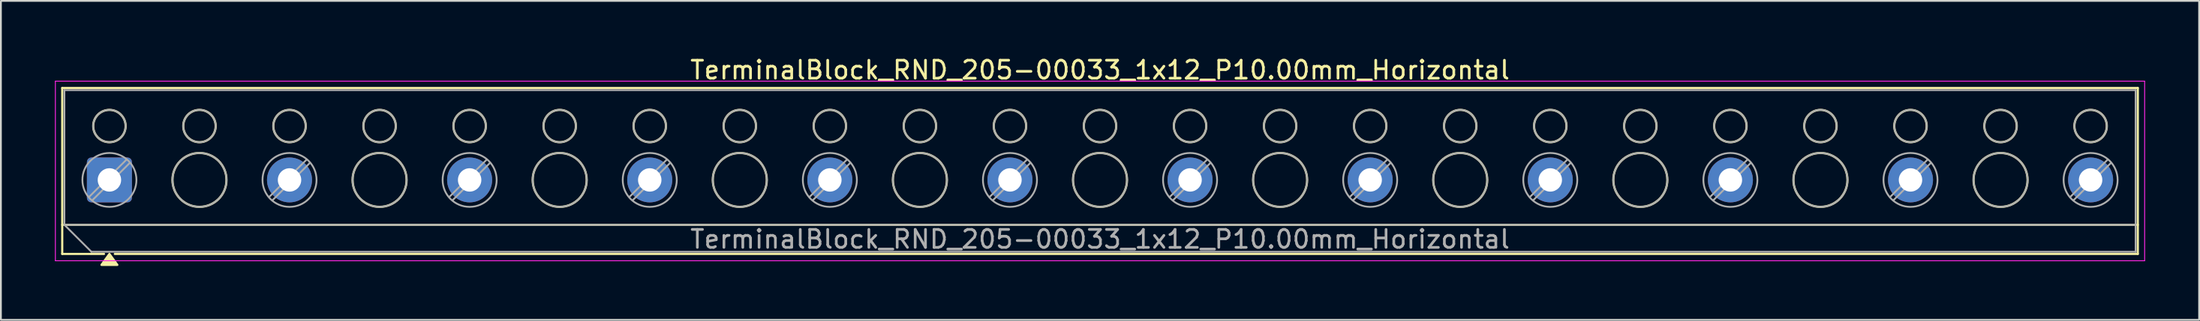
<source format=kicad_pcb>
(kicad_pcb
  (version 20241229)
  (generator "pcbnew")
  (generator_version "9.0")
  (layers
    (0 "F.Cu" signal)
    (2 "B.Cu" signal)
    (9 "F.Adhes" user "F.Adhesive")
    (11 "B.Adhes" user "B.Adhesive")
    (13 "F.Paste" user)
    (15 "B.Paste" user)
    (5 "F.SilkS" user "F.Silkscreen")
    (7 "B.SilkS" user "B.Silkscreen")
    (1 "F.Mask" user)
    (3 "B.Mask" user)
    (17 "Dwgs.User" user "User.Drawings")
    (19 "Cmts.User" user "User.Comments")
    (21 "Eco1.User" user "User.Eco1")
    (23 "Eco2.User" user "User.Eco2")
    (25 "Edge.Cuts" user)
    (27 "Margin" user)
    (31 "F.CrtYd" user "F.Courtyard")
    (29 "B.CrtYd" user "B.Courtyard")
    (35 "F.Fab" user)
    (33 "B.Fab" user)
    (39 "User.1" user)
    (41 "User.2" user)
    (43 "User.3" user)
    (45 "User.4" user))
  (footprint "TerminalBlock_RND_205-00033_1x12_P10.00mm_Horizontal"
    (layer "F.Cu")
    (at 3.025 6.968)
    (property "Reference" "TerminalBlock_RND_205-00033_1x12_P10.00mm_Horizontal" (at 55 -6.12 0) (layer "F.SilkS") (effects (font (size 1 1) (thickness 0.15))))
    (attr through_hole)
    (fp_line (start -2.62 -5.12) (end 112.62 -5.12) (stroke (width 0.12) (type solid)) (layer "F.SilkS"))
    (fp_line (start -2.62 2.5) (end 112.62 2.5) (stroke (width 0.12) (type solid)) (layer "F.SilkS"))
    (fp_line (start -2.62 4.12) (end -2.62 -5.12) (stroke (width 0.12) (type solid)) (layer "F.SilkS"))
    (fp_line (start -0.3 4.12) (end -2.62 4.12) (stroke (width 0.12) (type solid)) (layer "F.SilkS"))
    (fp_line (start 112.62 -5.12) (end 112.62 4.12) (stroke (width 0.12) (type solid)) (layer "F.SilkS"))
    (fp_line (start 112.62 4.12) (end 0.3 4.12) (stroke (width 0.12) (type solid)) (layer "F.SilkS"))
    (fp_circle (center 0 -3) (end 0.9 -3) (stroke (width 0.12) (type solid)) (fill no) (layer "F.SilkS"))
    (fp_circle (center 5 -3) (end 5.9 -3) (stroke (width 0.12) (type solid)) (fill no) (layer "F.SilkS"))
    (fp_circle (center 5 0) (end 6.5 0) (stroke (width 0.12) (type solid)) (fill no) (layer "F.SilkS"))
    (fp_circle (center 10 -3) (end 10.9 -3) (stroke (width 0.12) (type solid)) (fill no) (layer "F.SilkS"))
    (fp_circle (center 15 -3) (end 15.9 -3) (stroke (width 0.12) (type solid)) (fill no) (layer "F.SilkS"))
    (fp_circle (center 15 0) (end 16.5 0) (stroke (width 0.12) (type solid)) (fill no) (layer "F.SilkS"))
    (fp_circle (center 20 -3) (end 20.9 -3) (stroke (width 0.12) (type solid)) (fill no) (layer "F.SilkS"))
    (fp_circle (center 25 -3) (end 25.9 -3) (stroke (width 0.12) (type solid)) (fill no) (layer "F.SilkS"))
    (fp_circle (center 25 0) (end 26.5 0) (stroke (width 0.12) (type solid)) (fill no) (layer "F.SilkS"))
    (fp_circle (center 30 -3) (end 30.9 -3) (stroke (width 0.12) (type solid)) (fill no) (layer "F.SilkS"))
    (fp_circle (center 35 -3) (end 35.9 -3) (stroke (width 0.12) (type solid)) (fill no) (layer "F.SilkS"))
    (fp_circle (center 35 0) (end 36.5 0) (stroke (width 0.12) (type solid)) (fill no) (layer "F.SilkS"))
    (fp_circle (center 40 -3) (end 40.9 -3) (stroke (width 0.12) (type solid)) (fill no) (layer "F.SilkS"))
    (fp_circle (center 45 -3) (end 45.9 -3) (stroke (width 0.12) (type solid)) (fill no) (layer "F.SilkS"))
    (fp_circle (center 45 0) (end 46.5 0) (stroke (width 0.12) (type solid)) (fill no) (layer "F.SilkS"))
    (fp_circle (center 50 -3) (end 50.9 -3) (stroke (width 0.12) (type solid)) (fill no) (layer "F.SilkS"))
    (fp_circle (center 55 -3) (end 55.9 -3) (stroke (width 0.12) (type solid)) (fill no) (layer "F.SilkS"))
    (fp_circle (center 55 0) (end 56.5 0) (stroke (width 0.12) (type solid)) (fill no) (layer "F.SilkS"))
    (fp_circle (center 60 -3) (end 60.9 -3) (stroke (width 0.12) (type solid)) (fill no) (layer "F.SilkS"))
    (fp_circle (center 65 -3) (end 65.9 -3) (stroke (width 0.12) (type solid)) (fill no) (layer "F.SilkS"))
    (fp_circle (center 65 0) (end 66.5 0) (stroke (width 0.12) (type solid)) (fill no) (layer "F.SilkS"))
    (fp_circle (center 70 -3) (end 70.9 -3) (stroke (width 0.12) (type solid)) (fill no) (layer "F.SilkS"))
    (fp_circle (center 75 -3) (end 75.9 -3) (stroke (width 0.12) (type solid)) (fill no) (layer "F.SilkS"))
    (fp_circle (center 75 0) (end 76.5 0) (stroke (width 0.12) (type solid)) (fill no) (layer "F.SilkS"))
    (fp_circle (center 80 -3) (end 80.9 -3) (stroke (width 0.12) (type solid)) (fill no) (layer "F.SilkS"))
    (fp_circle (center 85 -3) (end 85.9 -3) (stroke (width 0.12) (type solid)) (fill no) (layer "F.SilkS"))
    (fp_circle (center 85 0) (end 86.5 0) (stroke (width 0.12) (type solid)) (fill no) (layer "F.SilkS"))
    (fp_circle (center 90 -3) (end 90.9 -3) (stroke (width 0.12) (type solid)) (fill no) (layer "F.SilkS"))
    (fp_circle (center 95 -3) (end 95.9 -3) (stroke (width 0.12) (type solid)) (fill no) (layer "F.SilkS"))
    (fp_circle (center 95 0) (end 96.5 0) (stroke (width 0.12) (type solid)) (fill no) (layer "F.SilkS"))
    (fp_circle (center 100 -3) (end 100.9 -3) (stroke (width 0.12) (type solid)) (fill no) (layer "F.SilkS"))
    (fp_circle (center 105 -3) (end 105.9 -3) (stroke (width 0.12) (type solid)) (fill no) (layer "F.SilkS"))
    (fp_circle (center 105 0) (end 106.5 0) (stroke (width 0.12) (type solid)) (fill no) (layer "F.SilkS"))
    (fp_circle (center 110 -3) (end 110.9 -3) (stroke (width 0.12) (type solid)) (fill no) (layer "F.SilkS"))
    (fp_poly (pts (xy 0 4.12) (xy 0.44 4.73) (xy -0.44 4.73)) (stroke (width 0.12) (type solid)) (fill yes) (layer "F.SilkS"))
    (fp_line (start -3 -5.5) (end -3 4.5) (stroke (width 0.05) (type solid)) (layer "F.CrtYd"))
    (fp_line (start -3 4.5) (end 113 4.5) (stroke (width 0.05) (type solid)) (layer "F.CrtYd"))
    (fp_line (start 113 -5.5) (end -3 -5.5) (stroke (width 0.05) (type solid)) (layer "F.CrtYd"))
    (fp_line (start 113 4.5) (end 113 -5.5) (stroke (width 0.05) (type solid)) (layer "F.CrtYd"))
    (fp_line (start -2.5 -5) (end 112.5 -5) (stroke (width 0.1) (type solid)) (layer "F.Fab"))
    (fp_line (start -2.5 2.5) (end -2.5 -5) (stroke (width 0.1) (type solid)) (layer "F.Fab"))
    (fp_line (start -2.5 2.5) (end 112.5 2.5) (stroke (width 0.1) (type solid)) (layer "F.Fab"))
    (fp_line (start -1 4) (end -2.5 2.5) (stroke (width 0.1) (type solid)) (layer "F.Fab"))
    (fp_line (start 0.955 -1.138) (end -1.138 0.955) (stroke (width 0.1) (type solid)) (layer "F.Fab"))
    (fp_line (start 1.138 -0.955) (end -0.955 1.138) (stroke (width 0.1) (type solid)) (layer "F.Fab"))
    (fp_line (start 10.955 -1.138) (end 8.862 0.955) (stroke (width 0.1) (type solid)) (layer "F.Fab"))
    (fp_line (start 11.138 -0.955) (end 9.045 1.138) (stroke (width 0.1) (type solid)) (layer "F.Fab"))
    (fp_line (start 20.955 -1.138) (end 18.862 0.955) (stroke (width 0.1) (type solid)) (layer "F.Fab"))
    (fp_line (start 21.138 -0.955) (end 19.045 1.138) (stroke (width 0.1) (type solid)) (layer "F.Fab"))
    (fp_line (start 30.955 -1.138) (end 28.862 0.955) (stroke (width 0.1) (type solid)) (layer "F.Fab"))
    (fp_line (start 31.138 -0.955) (end 29.045 1.138) (stroke (width 0.1) (type solid)) (layer "F.Fab"))
    (fp_line (start 40.955 -1.138) (end 38.862 0.955) (stroke (width 0.1) (type solid)) (layer "F.Fab"))
    (fp_line (start 41.138 -0.955) (end 39.045 1.138) (stroke (width 0.1) (type solid)) (layer "F.Fab"))
    (fp_line (start 50.955 -1.138) (end 48.862 0.955) (stroke (width 0.1) (type solid)) (layer "F.Fab"))
    (fp_line (start 51.138 -0.955) (end 49.045 1.138) (stroke (width 0.1) (type solid)) (layer "F.Fab"))
    (fp_line (start 60.955 -1.138) (end 58.862 0.955) (stroke (width 0.1) (type solid)) (layer "F.Fab"))
    (fp_line (start 61.138 -0.955) (end 59.045 1.138) (stroke (width 0.1) (type solid)) (layer "F.Fab"))
    (fp_line (start 70.955 -1.138) (end 68.862 0.955) (stroke (width 0.1) (type solid)) (layer "F.Fab"))
    (fp_line (start 71.138 -0.955) (end 69.045 1.138) (stroke (width 0.1) (type solid)) (layer "F.Fab"))
    (fp_line (start 80.955 -1.138) (end 78.862 0.955) (stroke (width 0.1) (type solid)) (layer "F.Fab"))
    (fp_line (start 81.138 -0.955) (end 79.045 1.138) (stroke (width 0.1) (type solid)) (layer "F.Fab"))
    (fp_line (start 90.955 -1.138) (end 88.862 0.955) (stroke (width 0.1) (type solid)) (layer "F.Fab"))
    (fp_line (start 91.138 -0.955) (end 89.045 1.138) (stroke (width 0.1) (type solid)) (layer "F.Fab"))
    (fp_line (start 100.955 -1.138) (end 98.862 0.955) (stroke (width 0.1) (type solid)) (layer "F.Fab"))
    (fp_line (start 101.138 -0.955) (end 99.045 1.138) (stroke (width 0.1) (type solid)) (layer "F.Fab"))
    (fp_line (start 110.955 -1.138) (end 108.862 0.955) (stroke (width 0.1) (type solid)) (layer "F.Fab"))
    (fp_line (start 111.138 -0.955) (end 109.045 1.138) (stroke (width 0.1) (type solid)) (layer "F.Fab"))
    (fp_line (start 112.5 -5) (end 112.5 4) (stroke (width 0.1) (type solid)) (layer "F.Fab"))
    (fp_line (start 112.5 4) (end -1 4) (stroke (width 0.1) (type solid)) (layer "F.Fab"))
    (fp_circle (center 0 -3) (end 0.9 -3) (stroke (width 0.1) (type solid)) (fill no) (layer "F.Fab"))
    (fp_circle (center 0 0) (end 1.5 0) (stroke (width 0.1) (type solid)) (fill no) (layer "F.Fab"))
    (fp_circle (center 5 -3) (end 5.9 -3) (stroke (width 0.1) (type solid)) (fill no) (layer "F.Fab"))
    (fp_circle (center 5 0) (end 6.5 0) (stroke (width 0.1) (type solid)) (fill no) (layer "F.Fab"))
    (fp_circle (center 10 -3) (end 10.9 -3) (stroke (width 0.1) (type solid)) (fill no) (layer "F.Fab"))
    (fp_circle (center 10 0) (end 11.5 0) (stroke (width 0.1) (type solid)) (fill no) (layer "F.Fab"))
    (fp_circle (center 15 -3) (end 15.9 -3) (stroke (width 0.1) (type solid)) (fill no) (layer "F.Fab"))
    (fp_circle (center 15 0) (end 16.5 0) (stroke (width 0.1) (type solid)) (fill no) (layer "F.Fab"))
    (fp_circle (center 20 -3) (end 20.9 -3) (stroke (width 0.1) (type solid)) (fill no) (layer "F.Fab"))
    (fp_circle (center 20 0) (end 21.5 0) (stroke (width 0.1) (type solid)) (fill no) (layer "F.Fab"))
    (fp_circle (center 25 -3) (end 25.9 -3) (stroke (width 0.1) (type solid)) (fill no) (layer "F.Fab"))
    (fp_circle (center 25 0) (end 26.5 0) (stroke (width 0.1) (type solid)) (fill no) (layer "F.Fab"))
    (fp_circle (center 30 -3) (end 30.9 -3) (stroke (width 0.1) (type solid)) (fill no) (layer "F.Fab"))
    (fp_circle (center 30 0) (end 31.5 0) (stroke (width 0.1) (type solid)) (fill no) (layer "F.Fab"))
    (fp_circle (center 35 -3) (end 35.9 -3) (stroke (width 0.1) (type solid)) (fill no) (layer "F.Fab"))
    (fp_circle (center 35 0) (end 36.5 0) (stroke (width 0.1) (type solid)) (fill no) (layer "F.Fab"))
    (fp_circle (center 40 -3) (end 40.9 -3) (stroke (width 0.1) (type solid)) (fill no) (layer "F.Fab"))
    (fp_circle (center 40 0) (end 41.5 0) (stroke (width 0.1) (type solid)) (fill no) (layer "F.Fab"))
    (fp_circle (center 45 -3) (end 45.9 -3) (stroke (width 0.1) (type solid)) (fill no) (layer "F.Fab"))
    (fp_circle (center 45 0) (end 46.5 0) (stroke (width 0.1) (type solid)) (fill no) (layer "F.Fab"))
    (fp_circle (center 50 -3) (end 50.9 -3) (stroke (width 0.1) (type solid)) (fill no) (layer "F.Fab"))
    (fp_circle (center 50 0) (end 51.5 0) (stroke (width 0.1) (type solid)) (fill no) (layer "F.Fab"))
    (fp_circle (center 55 -3) (end 55.9 -3) (stroke (width 0.1) (type solid)) (fill no) (layer "F.Fab"))
    (fp_circle (center 55 0) (end 56.5 0) (stroke (width 0.1) (type solid)) (fill no) (layer "F.Fab"))
    (fp_circle (center 60 -3) (end 60.9 -3) (stroke (width 0.1) (type solid)) (fill no) (layer "F.Fab"))
    (fp_circle (center 60 0) (end 61.5 0) (stroke (width 0.1) (type solid)) (fill no) (layer "F.Fab"))
    (fp_circle (center 65 -3) (end 65.9 -3) (stroke (width 0.1) (type solid)) (fill no) (layer "F.Fab"))
    (fp_circle (center 65 0) (end 66.5 0) (stroke (width 0.1) (type solid)) (fill no) (layer "F.Fab"))
    (fp_circle (center 70 -3) (end 70.9 -3) (stroke (width 0.1) (type solid)) (fill no) (layer "F.Fab"))
    (fp_circle (center 70 0) (end 71.5 0) (stroke (width 0.1) (type solid)) (fill no) (layer "F.Fab"))
    (fp_circle (center 75 -3) (end 75.9 -3) (stroke (width 0.1) (type solid)) (fill no) (layer "F.Fab"))
    (fp_circle (center 75 0) (end 76.5 0) (stroke (width 0.1) (type solid)) (fill no) (layer "F.Fab"))
    (fp_circle (center 80 -3) (end 80.9 -3) (stroke (width 0.1) (type solid)) (fill no) (layer "F.Fab"))
    (fp_circle (center 80 0) (end 81.5 0) (stroke (width 0.1) (type solid)) (fill no) (layer "F.Fab"))
    (fp_circle (center 85 -3) (end 85.9 -3) (stroke (width 0.1) (type solid)) (fill no) (layer "F.Fab"))
    (fp_circle (center 85 0) (end 86.5 0) (stroke (width 0.1) (type solid)) (fill no) (layer "F.Fab"))
    (fp_circle (center 90 -3) (end 90.9 -3) (stroke (width 0.1) (type solid)) (fill no) (layer "F.Fab"))
    (fp_circle (center 90 0) (end 91.5 0) (stroke (width 0.1) (type solid)) (fill no) (layer "F.Fab"))
    (fp_circle (center 95 -3) (end 95.9 -3) (stroke (width 0.1) (type solid)) (fill no) (layer "F.Fab"))
    (fp_circle (center 95 0) (end 96.5 0) (stroke (width 0.1) (type solid)) (fill no) (layer "F.Fab"))
    (fp_circle (center 100 -3) (end 100.9 -3) (stroke (width 0.1) (type solid)) (fill no) (layer "F.Fab"))
    (fp_circle (center 100 0) (end 101.5 0) (stroke (width 0.1) (type solid)) (fill no) (layer "F.Fab"))
    (fp_circle (center 105 -3) (end 105.9 -3) (stroke (width 0.1) (type solid)) (fill no) (layer "F.Fab"))
    (fp_circle (center 105 0) (end 106.5 0) (stroke (width 0.1) (type solid)) (fill no) (layer "F.Fab"))
    (fp_circle (center 110 -3) (end 110.9 -3) (stroke (width 0.1) (type solid)) (fill no) (layer "F.Fab"))
    (fp_circle (center 110 0) (end 111.5 0) (stroke (width 0.1) (type solid)) (fill no) (layer "F.Fab"))
    (fp_text user "${REFERENCE}" (at 55 3.3 0) (layer "F.Fab") (effects (font (size 1 1) (thickness 0.15))))
    (pad "1" thru_hole roundrect (at 0 0) (size 2.5 2.5) (drill 1.3) (layers "*.Cu" "*.Mask") (roundrect_rratio 0.1))
    (pad "2" thru_hole circle (at 10 0) (size 2.5 2.5) (drill 1.3) (layers "*.Cu" "*.Mask"))
    (pad "3" thru_hole circle (at 20 0) (size 2.5 2.5) (drill 1.3) (layers "*.Cu" "*.Mask"))
    (pad "4" thru_hole circle (at 30 0) (size 2.5 2.5) (drill 1.3) (layers "*.Cu" "*.Mask"))
    (pad "5" thru_hole circle (at 40 0) (size 2.5 2.5) (drill 1.3) (layers "*.Cu" "*.Mask"))
    (pad "6" thru_hole circle (at 50 0) (size 2.5 2.5) (drill 1.3) (layers "*.Cu" "*.Mask"))
    (pad "7" thru_hole circle (at 60 0) (size 2.5 2.5) (drill 1.3) (layers "*.Cu" "*.Mask"))
    (pad "8" thru_hole circle (at 70 0) (size 2.5 2.5) (drill 1.3) (layers "*.Cu" "*.Mask"))
    (pad "9" thru_hole circle (at 80 0) (size 2.5 2.5) (drill 1.3) (layers "*.Cu" "*.Mask"))
    (pad "10" thru_hole circle (at 90 0) (size 2.5 2.5) (drill 1.3) (layers "*.Cu" "*.Mask"))
    (pad "11" thru_hole circle (at 100 0) (size 2.5 2.5) (drill 1.3) (layers "*.Cu" "*.Mask"))
    (pad "12" thru_hole circle (at 110 0) (size 2.5 2.5) (drill 1.3) (layers "*.Cu" "*.Mask")))
  (gr_rect
    (start -3 -3)
    (end 119.05 14.758)
    (stroke (width 0.1) (type default))
    (fill no)
    (layer "Edge.Cuts")))
</source>
